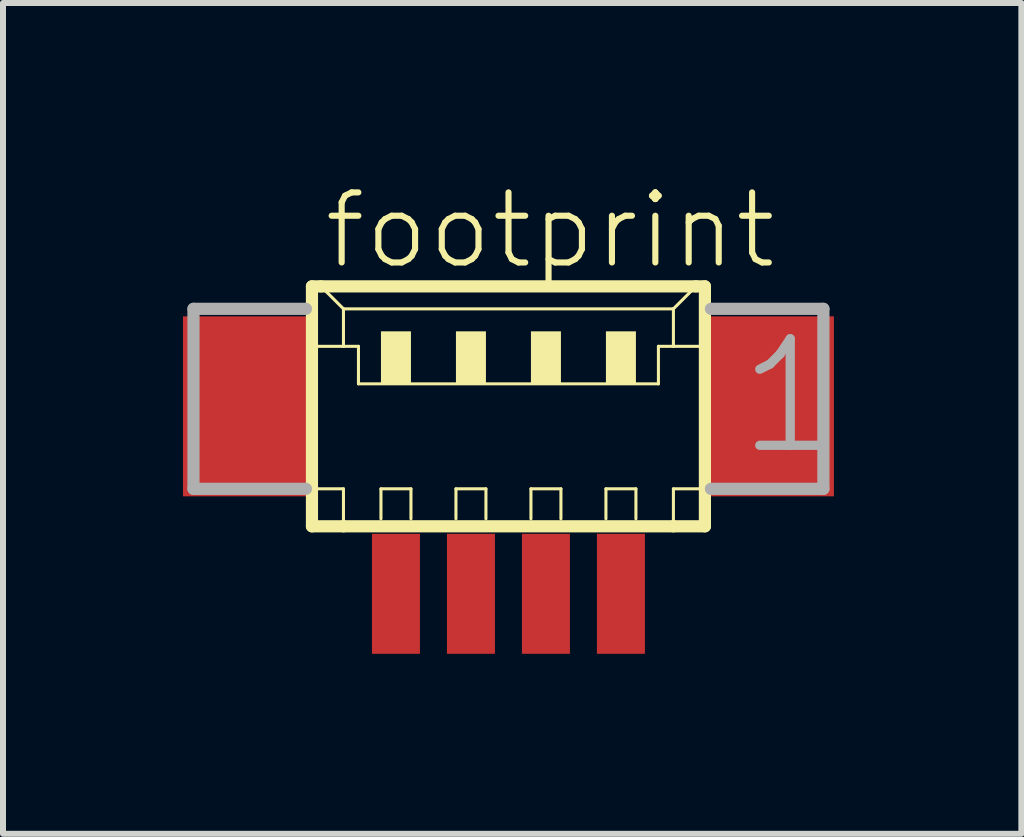
<source format=kicad_pcb>
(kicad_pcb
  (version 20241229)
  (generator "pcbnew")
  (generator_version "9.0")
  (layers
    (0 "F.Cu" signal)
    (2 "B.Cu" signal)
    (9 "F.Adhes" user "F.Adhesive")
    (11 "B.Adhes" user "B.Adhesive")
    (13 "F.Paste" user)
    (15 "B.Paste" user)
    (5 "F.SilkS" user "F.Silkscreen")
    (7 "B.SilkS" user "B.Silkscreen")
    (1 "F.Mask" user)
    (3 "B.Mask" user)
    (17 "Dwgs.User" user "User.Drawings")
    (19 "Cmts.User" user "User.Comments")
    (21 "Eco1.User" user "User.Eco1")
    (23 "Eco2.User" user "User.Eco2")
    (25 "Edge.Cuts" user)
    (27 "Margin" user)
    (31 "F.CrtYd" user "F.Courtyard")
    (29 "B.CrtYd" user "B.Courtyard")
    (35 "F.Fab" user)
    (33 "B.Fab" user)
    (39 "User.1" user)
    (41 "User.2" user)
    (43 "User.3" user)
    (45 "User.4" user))
  (footprint "footprint"
    (layer "F.Cu")
    (at 5.425 4.348)
    (property "Reference" "footprint" (at -3.125 -2.875 0) (layer "F.SilkS") (effects (font (size 1.168 1.168) (thickness 0.102)) (justify left bottom)))
    (fp_line (start -3.275 -2.625) (end -3.275 1.375) (stroke (width 0.203) (type solid)) (layer "F.SilkS"))
    (fp_line (start -3.275 1.375) (end -2.75 1.375) (stroke (width 0.203) (type solid)) (layer "F.SilkS"))
    (fp_line (start -3.25 -1.625) (end -2.75 -1.625) (stroke (width 0.051) (type solid)) (layer "F.SilkS"))
    (fp_line (start -3.25 0.75) (end -2.75 0.75) (stroke (width 0.051) (type solid)) (layer "F.SilkS"))
    (fp_line (start -3.125 -2.625) (end -3.275 -2.625) (stroke (width 0.203) (type solid)) (layer "F.SilkS"))
    (fp_line (start -2.75 -2.25) (end -3.125 -2.625) (stroke (width 0.051) (type solid)) (layer "F.SilkS"))
    (fp_line (start -2.75 -2.25) (end 2.75 -2.25) (stroke (width 0.051) (type solid)) (layer "F.SilkS"))
    (fp_line (start -2.75 -1.625) (end -2.75 -2.25) (stroke (width 0.051) (type solid)) (layer "F.SilkS"))
    (fp_line (start -2.75 -1.625) (end -2.5 -1.625) (stroke (width 0.051) (type solid)) (layer "F.SilkS"))
    (fp_line (start -2.75 0.75) (end -2.75 1.375) (stroke (width 0.051) (type solid)) (layer "F.SilkS"))
    (fp_line (start -2.75 1.375) (end 2.75 1.375) (stroke (width 0.203) (type solid)) (layer "F.SilkS"))
    (fp_line (start -2.5 -1.625) (end -2.5 -1) (stroke (width 0.051) (type solid)) (layer "F.SilkS"))
    (fp_line (start -2.5 -1) (end 2.5 -1) (stroke (width 0.051) (type solid)) (layer "F.SilkS"))
    (fp_line (start -2.125 0.75) (end -1.625 0.75) (stroke (width 0.051) (type solid)) (layer "F.SilkS"))
    (fp_line (start -2.125 1.25) (end -2.125 0.75) (stroke (width 0.051) (type solid)) (layer "F.SilkS"))
    (fp_line (start -1.625 0.75) (end -1.625 1.25) (stroke (width 0.051) (type solid)) (layer "F.SilkS"))
    (fp_line (start -0.875 0.75) (end -0.375 0.75) (stroke (width 0.051) (type solid)) (layer "F.SilkS"))
    (fp_line (start -0.875 1.25) (end -0.875 0.75) (stroke (width 0.051) (type solid)) (layer "F.SilkS"))
    (fp_line (start -0.375 0.75) (end -0.375 1.25) (stroke (width 0.051) (type solid)) (layer "F.SilkS"))
    (fp_line (start 0.375 0.75) (end 0.875 0.75) (stroke (width 0.051) (type solid)) (layer "F.SilkS"))
    (fp_line (start 0.375 1.25) (end 0.375 0.75) (stroke (width 0.051) (type solid)) (layer "F.SilkS"))
    (fp_line (start 0.875 0.75) (end 0.875 1.25) (stroke (width 0.051) (type solid)) (layer "F.SilkS"))
    (fp_line (start 1.625 0.75) (end 2.125 0.75) (stroke (width 0.051) (type solid)) (layer "F.SilkS"))
    (fp_line (start 1.625 1.25) (end 1.625 0.75) (stroke (width 0.051) (type solid)) (layer "F.SilkS"))
    (fp_line (start 2.125 0.75) (end 2.125 1.25) (stroke (width 0.051) (type solid)) (layer "F.SilkS"))
    (fp_line (start 2.5 -1.625) (end 2.5 -1) (stroke (width 0.051) (type solid)) (layer "F.SilkS"))
    (fp_line (start 2.5 -1.625) (end 2.75 -1.625) (stroke (width 0.051) (type solid)) (layer "F.SilkS"))
    (fp_line (start 2.75 -2.25) (end 2.75 -1.625) (stroke (width 0.051) (type solid)) (layer "F.SilkS"))
    (fp_line (start 2.75 -2.25) (end 3.125 -2.625) (stroke (width 0.051) (type solid)) (layer "F.SilkS"))
    (fp_line (start 2.75 -1.625) (end 3.25 -1.625) (stroke (width 0.051) (type solid)) (layer "F.SilkS"))
    (fp_line (start 2.75 0.75) (end 2.75 1.375) (stroke (width 0.051) (type solid)) (layer "F.SilkS"))
    (fp_line (start 2.75 0.75) (end 3.25 0.75) (stroke (width 0.051) (type solid)) (layer "F.SilkS"))
    (fp_line (start 2.75 1.375) (end 3.275 1.375) (stroke (width 0.203) (type solid)) (layer "F.SilkS"))
    (fp_line (start 3.125 -2.625) (end -3.125 -2.625) (stroke (width 0.203) (type solid)) (layer "F.SilkS"))
    (fp_line (start 3.275 -2.625) (end 3.125 -2.625) (stroke (width 0.203) (type solid)) (layer "F.SilkS"))
    (fp_line (start 3.275 1.375) (end 3.275 -2.625) (stroke (width 0.203) (type solid)) (layer "F.SilkS"))
    (fp_poly (pts (xy -2.125 -1) (xy -1.625 -1) (xy -1.625 -1.875) (xy -2.125 -1.875)) (stroke (width 0) (type solid)) (fill yes) (layer "F.SilkS"))
    (fp_poly (pts (xy -0.875 -1) (xy -0.375 -1) (xy -0.375 -1.875) (xy -0.875 -1.875)) (stroke (width 0) (type solid)) (fill yes) (layer "F.SilkS"))
    (fp_poly (pts (xy 0.375 -1) (xy 0.875 -1) (xy 0.875 -1.875) (xy 0.375 -1.875)) (stroke (width 0) (type solid)) (fill yes) (layer "F.SilkS"))
    (fp_poly (pts (xy 1.625 -1) (xy 2.125 -1) (xy 2.125 -1.875) (xy 1.625 -1.875)) (stroke (width 0) (type solid)) (fill yes) (layer "F.SilkS"))
    (fp_line (start -5.25 -2.25) (end -5.25 0.75) (stroke (width 0.203) (type solid)) (layer "F.Fab"))
    (fp_line (start -5.25 0.75) (end -3.375 0.75) (stroke (width 0.203) (type solid)) (layer "F.Fab"))
    (fp_line (start -3.375 -2.25) (end -5.25 -2.25) (stroke (width 0.203) (type solid)) (layer "F.Fab"))
    (fp_line (start 3.375 0.75) (end 5.25 0.75) (stroke (width 0.203) (type solid)) (layer "F.Fab"))
    (fp_line (start 5.25 -2.25) (end 3.375 -2.25) (stroke (width 0.203) (type solid)) (layer "F.Fab"))
    (fp_line (start 5.25 0.75) (end 5.25 -2.25) (stroke (width 0.203) (type solid)) (layer "F.Fab"))
    (fp_text user "1" (at 3.75 0.25 0) (layer "F.Fab") (effects (font (size 1.776 1.776) (thickness 0.154)) (justify left bottom)))
    (pad "1" smd rect (at 1.875 2.5) (size 0.8 2) (layers "F.Cu" "F.Mask" "F.Paste"))
    (pad "2" smd rect (at 0.625 2.5) (size 0.8 2) (layers "F.Cu" "F.Mask" "F.Paste"))
    (pad "3" smd rect (at -0.625 2.5) (size 0.8 2) (layers "F.Cu" "F.Mask" "F.Paste"))
    (pad "4" smd rect (at -1.875 2.5) (size 0.8 2) (layers "F.Cu" "F.Mask" "F.Paste"))
    (pad "S1" smd rect (at 4.375 -0.625) (size 2.1 3) (layers "F.Cu" "F.Mask" "F.Paste"))
    (pad "S2" smd rect (at -4.375 -0.625) (size 2.1 3) (layers "F.Cu" "F.Mask" "F.Paste")))
  (gr_rect
    (start -3 -3)
    (end 13.975 10.848)
    (stroke (width 0.1) (type default))
    (fill no)
    (layer "Edge.Cuts")))
</source>
